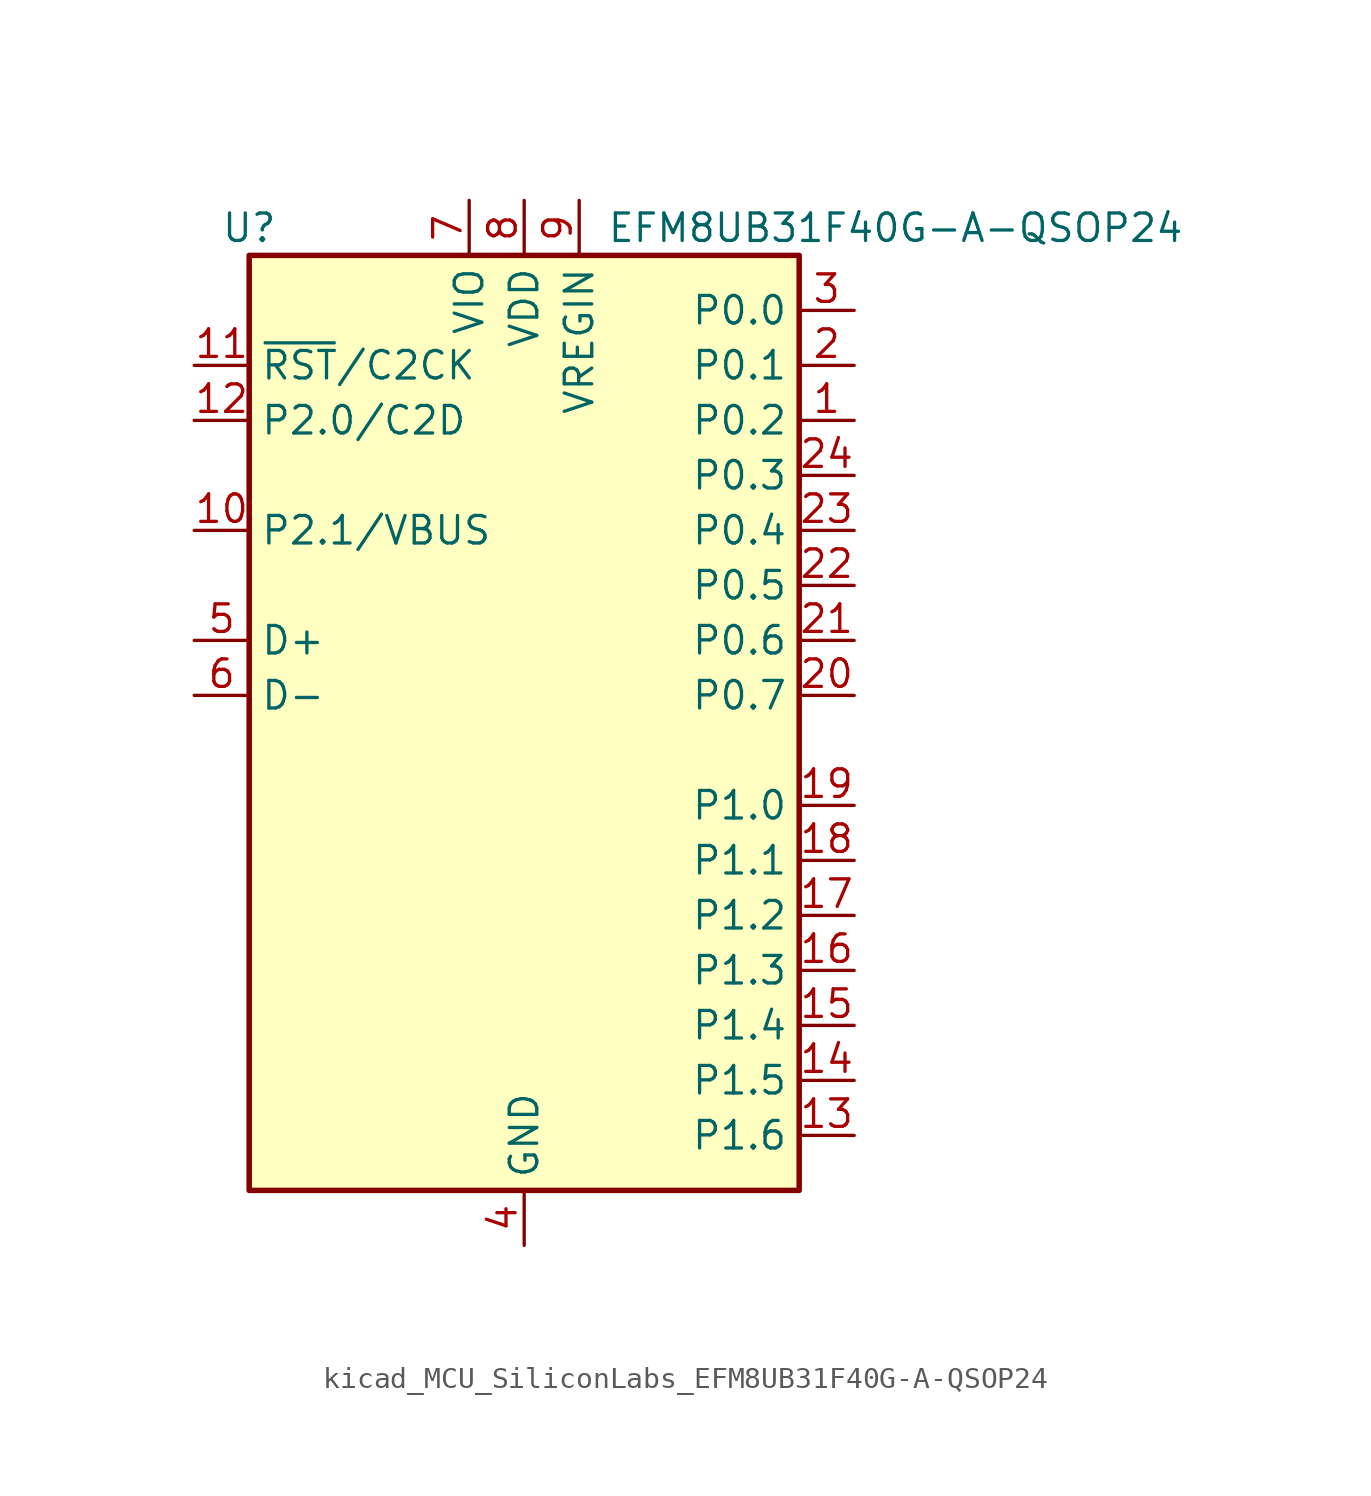
<source format=kicad_sym>
(kicad_symbol_lib
  (version 20220914)
  (generator kicad_symbol_editor)
  (symbol "kicad_MCU_SiliconLabs_EFM8UB31F40G-A-QSOP24"
    (property "Reference" "U"
      (at -12.7 24.13 0)
      (effects (font (size 1.27 1.27))))
    (property "Value" "EFM8UB31F40G-A-QSOP24"
      (at 3.81 24.13 0)
      (effects (font (size 1.27 1.27)) (justify left)))
    (symbol "kicad_MCU_SiliconLabs_EFM8UB31F40G-A-QSOP24_1_1"
      (rectangle (start -12.7 22.86) (end 12.7 -20.32) (stroke (width 0.254) (type default)) (fill (type background)))
      (pin bidirectional line (at 15.24 15.24 180) (length 2.54) (name "P0.2" (effects (font (size 1.27 1.27)))) (number "1" (effects (font (size 1.27 1.27)))))
      (pin bidirectional line (at -15.24 10.16 0) (length 2.54) (name "P2.1/VBUS" (effects (font (size 1.27 1.27)))) (number "10" (effects (font (size 1.27 1.27)))))
      (pin bidirectional line (at -15.24 17.78 0) (length 2.54) (name "~{RST}/C2CK" (effects (font (size 1.27 1.27)))) (number "11" (effects (font (size 1.27 1.27)))))
      (pin bidirectional line (at -15.24 15.24 0) (length 2.54) (name "P2.0/C2D" (effects (font (size 1.27 1.27)))) (number "12" (effects (font (size 1.27 1.27)))))
      (pin bidirectional line (at 15.24 -17.78 180) (length 2.54) (name "P1.6" (effects (font (size 1.27 1.27)))) (number "13" (effects (font (size 1.27 1.27)))))
      (pin bidirectional line (at 15.24 -15.24 180) (length 2.54) (name "P1.5" (effects (font (size 1.27 1.27)))) (number "14" (effects (font (size 1.27 1.27)))))
      (pin bidirectional line (at 15.24 -12.7 180) (length 2.54) (name "P1.4" (effects (font (size 1.27 1.27)))) (number "15" (effects (font (size 1.27 1.27)))))
      (pin bidirectional line (at 15.24 -10.16 180) (length 2.54) (name "P1.3" (effects (font (size 1.27 1.27)))) (number "16" (effects (font (size 1.27 1.27)))))
      (pin bidirectional line (at 15.24 -7.62 180) (length 2.54) (name "P1.2" (effects (font (size 1.27 1.27)))) (number "17" (effects (font (size 1.27 1.27)))))
      (pin bidirectional line (at 15.24 -5.08 180) (length 2.54) (name "P1.1" (effects (font (size 1.27 1.27)))) (number "18" (effects (font (size 1.27 1.27)))))
      (pin bidirectional line (at 15.24 -2.54 180) (length 2.54) (name "P1.0" (effects (font (size 1.27 1.27)))) (number "19" (effects (font (size 1.27 1.27)))))
      (pin bidirectional line (at 15.24 17.78 180) (length 2.54) (name "P0.1" (effects (font (size 1.27 1.27)))) (number "2" (effects (font (size 1.27 1.27)))))
      (pin bidirectional line (at 15.24 2.54 180) (length 2.54) (name "P0.7" (effects (font (size 1.27 1.27)))) (number "20" (effects (font (size 1.27 1.27)))))
      (pin bidirectional line (at 15.24 5.08 180) (length 2.54) (name "P0.6" (effects (font (size 1.27 1.27)))) (number "21" (effects (font (size 1.27 1.27)))))
      (pin bidirectional line (at 15.24 7.62 180) (length 2.54) (name "P0.5" (effects (font (size 1.27 1.27)))) (number "22" (effects (font (size 1.27 1.27)))))
      (pin bidirectional line (at 15.24 10.16 180) (length 2.54) (name "P0.4" (effects (font (size 1.27 1.27)))) (number "23" (effects (font (size 1.27 1.27)))))
      (pin bidirectional line (at 15.24 12.7 180) (length 2.54) (name "P0.3" (effects (font (size 1.27 1.27)))) (number "24" (effects (font (size 1.27 1.27)))))
      (pin bidirectional line (at 15.24 20.32 180) (length 2.54) (name "P0.0" (effects (font (size 1.27 1.27)))) (number "3" (effects (font (size 1.27 1.27)))))
      (pin power_in line (at 0 -22.86 90) (length 2.54) (name "GND" (effects (font (size 1.27 1.27)))) (number "4" (effects (font (size 1.27 1.27)))))
      (pin bidirectional line (at -15.24 5.08 0) (length 2.54) (name "D+" (effects (font (size 1.27 1.27)))) (number "5" (effects (font (size 1.27 1.27)))))
      (pin bidirectional line (at -15.24 2.54 0) (length 2.54) (name "D-" (effects (font (size 1.27 1.27)))) (number "6" (effects (font (size 1.27 1.27)))))
      (pin power_in line (at -2.54 25.4 270) (length 2.54) (name "VIO" (effects (font (size 1.27 1.27)))) (number "7" (effects (font (size 1.27 1.27)))))
      (pin power_in line (at 0 25.4 270) (length 2.54) (name "VDD" (effects (font (size 1.27 1.27)))) (number "8" (effects (font (size 1.27 1.27)))))
      (pin power_in line (at 2.54 25.4 270) (length 2.54) (name "VREGIN" (effects (font (size 1.27 1.27)))) (number "9" (effects (font (size 1.27 1.27))))))))
</source>
